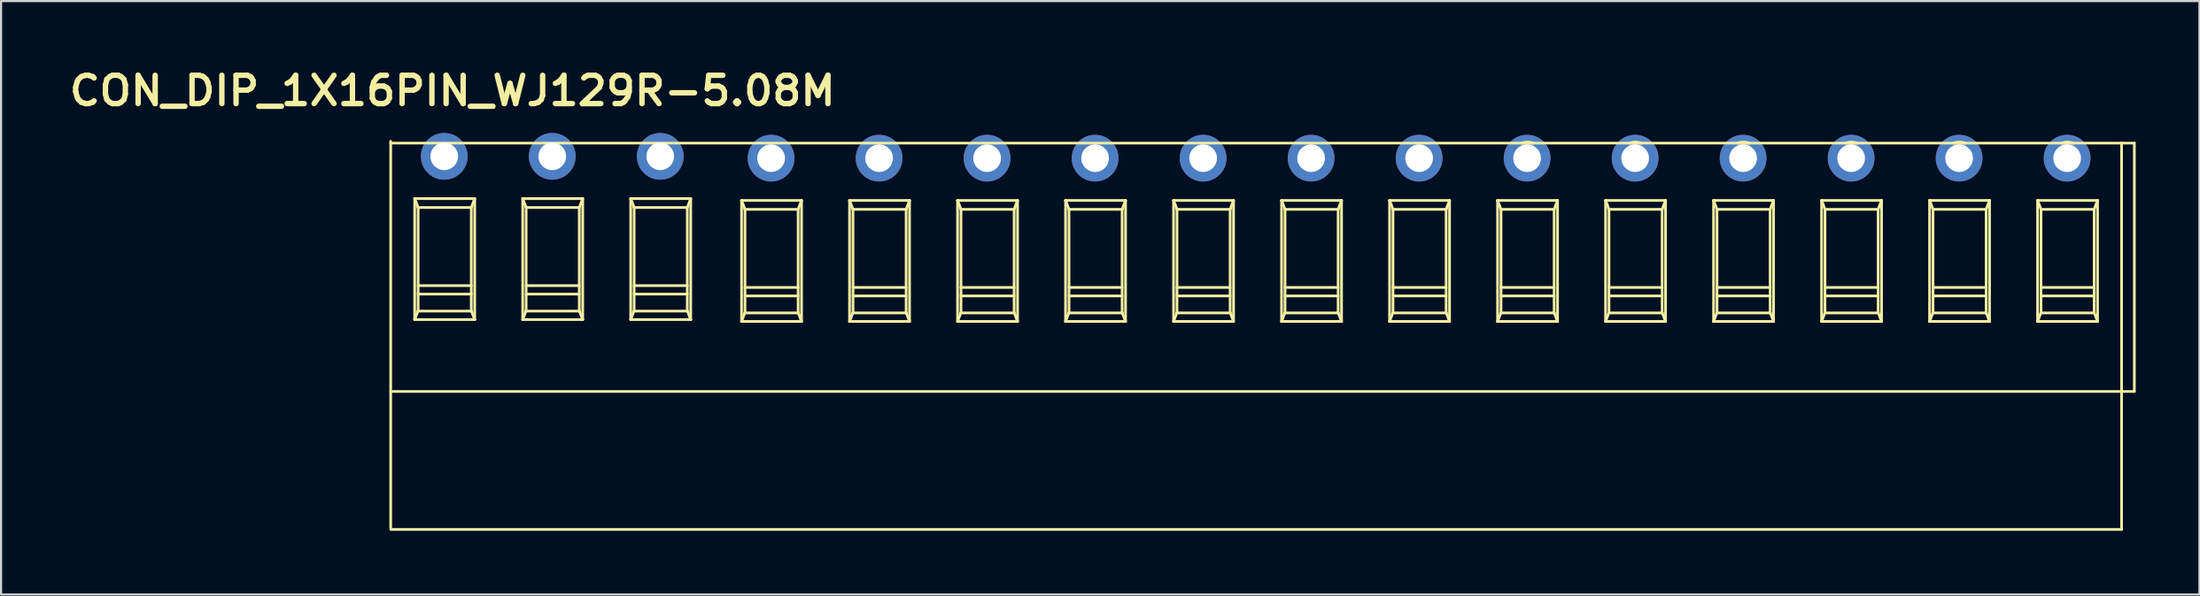
<source format=kicad_pcb>
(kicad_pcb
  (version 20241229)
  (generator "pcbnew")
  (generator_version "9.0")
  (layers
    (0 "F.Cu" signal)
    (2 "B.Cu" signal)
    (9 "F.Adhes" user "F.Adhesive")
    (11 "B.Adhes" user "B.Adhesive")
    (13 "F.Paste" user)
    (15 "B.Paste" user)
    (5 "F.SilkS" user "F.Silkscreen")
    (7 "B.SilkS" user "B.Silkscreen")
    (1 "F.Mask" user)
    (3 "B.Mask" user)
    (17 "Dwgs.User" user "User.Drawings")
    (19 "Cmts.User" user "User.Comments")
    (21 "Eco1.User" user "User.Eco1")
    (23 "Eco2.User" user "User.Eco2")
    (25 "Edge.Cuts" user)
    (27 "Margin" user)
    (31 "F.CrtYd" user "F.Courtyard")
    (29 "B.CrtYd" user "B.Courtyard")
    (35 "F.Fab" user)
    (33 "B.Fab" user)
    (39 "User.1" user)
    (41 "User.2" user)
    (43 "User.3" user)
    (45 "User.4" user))
  (footprint "CON_DIP_1X16PIN_WJ129R-5.08M"
    (layer "F.Cu")
    (at 53.794 15.45)
    (property "Reference" "CON_DIP_1X16PIN_WJ129R-5.08M" (at -35.56 -14.224 0) (unlocked yes) (layer "F.SilkS") (effects (font (size 1.333 1.402) (thickness 0.254))))
    (attr smd)
    (fp_line (start -38.467 -11.758) (end 43.547 -11.758) (stroke (width 0.127) (type solid)) (layer "F.SilkS"))
    (fp_line (start -38.467 -0.058) (end 43.547 -0.058) (stroke (width 0.127) (type solid)) (layer "F.SilkS"))
    (fp_line (start -38.467 6.356) (end -38.467 -11.844) (stroke (width 0.127) (type solid)) (layer "F.SilkS"))
    (fp_line (start -38.467 6.442) (end 42.947 6.442) (stroke (width 0.127) (type solid)) (layer "F.SilkS"))
    (fp_line (start -37.338 -9.144) (end -37.177 -8.724) (stroke (width 0.127) (type solid)) (layer "F.SilkS"))
    (fp_line (start -37.338 -9.144) (end -34.516 -9.144) (stroke (width 0.127) (type solid)) (layer "F.SilkS"))
    (fp_line (start -37.338 -3.444) (end -37.338 -9.144) (stroke (width 0.127) (type solid)) (layer "F.SilkS"))
    (fp_line (start -37.338 -3.444) (end -37.185 -3.844) (stroke (width 0.127) (type solid)) (layer "F.SilkS"))
    (fp_line (start -37.338 -3.444) (end -34.516 -3.444) (stroke (width 0.127) (type solid)) (layer "F.SilkS"))
    (fp_line (start -37.185 -3.844) (end -34.67 -3.844) (stroke (width 0.127) (type solid)) (layer "F.SilkS"))
    (fp_line (start -37.177 -8.724) (end -34.677 -8.724) (stroke (width 0.127) (type solid)) (layer "F.SilkS"))
    (fp_line (start -37.177 -5.044) (end -34.677 -5.044) (stroke (width 0.127) (type solid)) (layer "F.SilkS"))
    (fp_line (start -37.177 -4.644) (end -34.677 -4.644) (stroke (width 0.127) (type solid)) (layer "F.SilkS"))
    (fp_line (start -37.177 -3.844) (end -37.177 -8.724) (stroke (width 0.127) (type solid)) (layer "F.SilkS"))
    (fp_line (start -34.677 -8.724) (end -34.516 -9.144) (stroke (width 0.127) (type solid)) (layer "F.SilkS"))
    (fp_line (start -34.677 -3.844) (end -34.677 -8.724) (stroke (width 0.127) (type solid)) (layer "F.SilkS"))
    (fp_line (start -34.67 -3.844) (end -34.516 -3.444) (stroke (width 0.127) (type solid)) (layer "F.SilkS"))
    (fp_line (start -34.516 -3.444) (end -34.516 -9.144) (stroke (width 0.127) (type solid)) (layer "F.SilkS"))
    (fp_line (start -32.258 -9.144) (end -32.097 -8.724) (stroke (width 0.127) (type solid)) (layer "F.SilkS"))
    (fp_line (start -32.258 -9.144) (end -29.436 -9.144) (stroke (width 0.127) (type solid)) (layer "F.SilkS"))
    (fp_line (start -32.258 -3.444) (end -32.258 -9.144) (stroke (width 0.127) (type solid)) (layer "F.SilkS"))
    (fp_line (start -32.258 -3.444) (end -32.105 -3.844) (stroke (width 0.127) (type solid)) (layer "F.SilkS"))
    (fp_line (start -32.258 -3.444) (end -29.436 -3.444) (stroke (width 0.127) (type solid)) (layer "F.SilkS"))
    (fp_line (start -32.105 -3.844) (end -29.59 -3.844) (stroke (width 0.127) (type solid)) (layer "F.SilkS"))
    (fp_line (start -32.097 -8.724) (end -29.597 -8.724) (stroke (width 0.127) (type solid)) (layer "F.SilkS"))
    (fp_line (start -32.097 -5.044) (end -29.597 -5.044) (stroke (width 0.127) (type solid)) (layer "F.SilkS"))
    (fp_line (start -32.097 -4.644) (end -29.597 -4.644) (stroke (width 0.127) (type solid)) (layer "F.SilkS"))
    (fp_line (start -32.097 -3.844) (end -32.097 -8.724) (stroke (width 0.127) (type solid)) (layer "F.SilkS"))
    (fp_line (start -29.597 -8.724) (end -29.436 -9.144) (stroke (width 0.127) (type solid)) (layer "F.SilkS"))
    (fp_line (start -29.597 -3.844) (end -29.597 -8.724) (stroke (width 0.127) (type solid)) (layer "F.SilkS"))
    (fp_line (start -29.59 -3.844) (end -29.436 -3.444) (stroke (width 0.127) (type solid)) (layer "F.SilkS"))
    (fp_line (start -29.436 -3.444) (end -29.436 -9.144) (stroke (width 0.127) (type solid)) (layer "F.SilkS"))
    (fp_line (start -27.178 -9.144) (end -27.017 -8.724) (stroke (width 0.127) (type solid)) (layer "F.SilkS"))
    (fp_line (start -27.178 -9.144) (end -24.356 -9.144) (stroke (width 0.127) (type solid)) (layer "F.SilkS"))
    (fp_line (start -27.178 -3.444) (end -27.178 -9.144) (stroke (width 0.127) (type solid)) (layer "F.SilkS"))
    (fp_line (start -27.178 -3.444) (end -27.025 -3.844) (stroke (width 0.127) (type solid)) (layer "F.SilkS"))
    (fp_line (start -27.178 -3.444) (end -24.356 -3.444) (stroke (width 0.127) (type solid)) (layer "F.SilkS"))
    (fp_line (start -27.025 -3.844) (end -24.51 -3.844) (stroke (width 0.127) (type solid)) (layer "F.SilkS"))
    (fp_line (start -27.017 -8.724) (end -24.517 -8.724) (stroke (width 0.127) (type solid)) (layer "F.SilkS"))
    (fp_line (start -27.017 -5.044) (end -24.517 -5.044) (stroke (width 0.127) (type solid)) (layer "F.SilkS"))
    (fp_line (start -27.017 -4.644) (end -24.517 -4.644) (stroke (width 0.127) (type solid)) (layer "F.SilkS"))
    (fp_line (start -27.017 -3.844) (end -27.017 -8.724) (stroke (width 0.127) (type solid)) (layer "F.SilkS"))
    (fp_line (start -24.517 -8.724) (end -24.356 -9.144) (stroke (width 0.127) (type solid)) (layer "F.SilkS"))
    (fp_line (start -24.517 -3.844) (end -24.517 -8.724) (stroke (width 0.127) (type solid)) (layer "F.SilkS"))
    (fp_line (start -24.51 -3.844) (end -24.356 -3.444) (stroke (width 0.127) (type solid)) (layer "F.SilkS"))
    (fp_line (start -24.356 -3.444) (end -24.356 -9.144) (stroke (width 0.127) (type solid)) (layer "F.SilkS"))
    (fp_line (start -21.964 -9.058) (end -21.803 -8.638) (stroke (width 0.127) (type solid)) (layer "F.SilkS"))
    (fp_line (start -21.964 -9.058) (end -19.143 -9.058) (stroke (width 0.127) (type solid)) (layer "F.SilkS"))
    (fp_line (start -21.964 -3.358) (end -21.964 -9.058) (stroke (width 0.127) (type solid)) (layer "F.SilkS"))
    (fp_line (start -21.964 -3.358) (end -21.811 -3.758) (stroke (width 0.127) (type solid)) (layer "F.SilkS"))
    (fp_line (start -21.964 -3.358) (end -19.143 -3.358) (stroke (width 0.127) (type solid)) (layer "F.SilkS"))
    (fp_line (start -21.811 -3.758) (end -19.296 -3.758) (stroke (width 0.127) (type solid)) (layer "F.SilkS"))
    (fp_line (start -21.803 -8.638) (end -19.303 -8.638) (stroke (width 0.127) (type solid)) (layer "F.SilkS"))
    (fp_line (start -21.803 -4.958) (end -19.303 -4.958) (stroke (width 0.127) (type solid)) (layer "F.SilkS"))
    (fp_line (start -21.803 -4.558) (end -19.303 -4.558) (stroke (width 0.127) (type solid)) (layer "F.SilkS"))
    (fp_line (start -21.803 -3.758) (end -21.803 -8.638) (stroke (width 0.127) (type solid)) (layer "F.SilkS"))
    (fp_line (start -19.303 -8.638) (end -19.143 -9.058) (stroke (width 0.127) (type solid)) (layer "F.SilkS"))
    (fp_line (start -19.303 -3.758) (end -19.303 -8.638) (stroke (width 0.127) (type solid)) (layer "F.SilkS"))
    (fp_line (start -19.296 -3.758) (end -19.143 -3.358) (stroke (width 0.127) (type solid)) (layer "F.SilkS"))
    (fp_line (start -19.143 -3.358) (end -19.143 -9.058) (stroke (width 0.127) (type solid)) (layer "F.SilkS"))
    (fp_line (start -16.884 -9.058) (end -16.723 -8.638) (stroke (width 0.127) (type solid)) (layer "F.SilkS"))
    (fp_line (start -16.884 -9.058) (end -14.063 -9.058) (stroke (width 0.127) (type solid)) (layer "F.SilkS"))
    (fp_line (start -16.884 -3.358) (end -16.884 -9.058) (stroke (width 0.127) (type solid)) (layer "F.SilkS"))
    (fp_line (start -16.884 -3.358) (end -16.731 -3.758) (stroke (width 0.127) (type solid)) (layer "F.SilkS"))
    (fp_line (start -16.884 -3.358) (end -14.063 -3.358) (stroke (width 0.127) (type solid)) (layer "F.SilkS"))
    (fp_line (start -16.731 -3.758) (end -14.216 -3.758) (stroke (width 0.127) (type solid)) (layer "F.SilkS"))
    (fp_line (start -16.723 -8.638) (end -14.223 -8.638) (stroke (width 0.127) (type solid)) (layer "F.SilkS"))
    (fp_line (start -16.723 -4.958) (end -14.223 -4.958) (stroke (width 0.127) (type solid)) (layer "F.SilkS"))
    (fp_line (start -16.723 -4.558) (end -14.223 -4.558) (stroke (width 0.127) (type solid)) (layer "F.SilkS"))
    (fp_line (start -16.723 -3.758) (end -16.723 -8.638) (stroke (width 0.127) (type solid)) (layer "F.SilkS"))
    (fp_line (start -14.223 -8.638) (end -14.063 -9.058) (stroke (width 0.127) (type solid)) (layer "F.SilkS"))
    (fp_line (start -14.223 -3.758) (end -14.223 -8.638) (stroke (width 0.127) (type solid)) (layer "F.SilkS"))
    (fp_line (start -14.216 -3.758) (end -14.063 -3.358) (stroke (width 0.127) (type solid)) (layer "F.SilkS"))
    (fp_line (start -14.063 -3.358) (end -14.063 -9.058) (stroke (width 0.127) (type solid)) (layer "F.SilkS"))
    (fp_line (start -11.804 -9.058) (end -11.643 -8.638) (stroke (width 0.127) (type solid)) (layer "F.SilkS"))
    (fp_line (start -11.804 -9.058) (end -8.983 -9.058) (stroke (width 0.127) (type solid)) (layer "F.SilkS"))
    (fp_line (start -11.804 -3.358) (end -11.804 -9.058) (stroke (width 0.127) (type solid)) (layer "F.SilkS"))
    (fp_line (start -11.804 -3.358) (end -11.651 -3.758) (stroke (width 0.127) (type solid)) (layer "F.SilkS"))
    (fp_line (start -11.804 -3.358) (end -8.983 -3.358) (stroke (width 0.127) (type solid)) (layer "F.SilkS"))
    (fp_line (start -11.651 -3.758) (end -9.136 -3.758) (stroke (width 0.127) (type solid)) (layer "F.SilkS"))
    (fp_line (start -11.643 -8.638) (end -9.143 -8.638) (stroke (width 0.127) (type solid)) (layer "F.SilkS"))
    (fp_line (start -11.643 -4.958) (end -9.143 -4.958) (stroke (width 0.127) (type solid)) (layer "F.SilkS"))
    (fp_line (start -11.643 -4.558) (end -9.143 -4.558) (stroke (width 0.127) (type solid)) (layer "F.SilkS"))
    (fp_line (start -11.643 -3.758) (end -11.643 -8.638) (stroke (width 0.127) (type solid)) (layer "F.SilkS"))
    (fp_line (start -9.143 -8.638) (end -8.983 -9.058) (stroke (width 0.127) (type solid)) (layer "F.SilkS"))
    (fp_line (start -9.143 -3.758) (end -9.143 -8.638) (stroke (width 0.127) (type solid)) (layer "F.SilkS"))
    (fp_line (start -9.136 -3.758) (end -8.983 -3.358) (stroke (width 0.127) (type solid)) (layer "F.SilkS"))
    (fp_line (start -8.983 -3.358) (end -8.983 -9.058) (stroke (width 0.127) (type solid)) (layer "F.SilkS"))
    (fp_line (start -6.724 -9.058) (end -6.563 -8.638) (stroke (width 0.127) (type solid)) (layer "F.SilkS"))
    (fp_line (start -6.724 -9.058) (end -3.903 -9.058) (stroke (width 0.127) (type solid)) (layer "F.SilkS"))
    (fp_line (start -6.724 -3.358) (end -6.724 -9.058) (stroke (width 0.127) (type solid)) (layer "F.SilkS"))
    (fp_line (start -6.724 -3.358) (end -6.571 -3.758) (stroke (width 0.127) (type solid)) (layer "F.SilkS"))
    (fp_line (start -6.724 -3.358) (end -3.903 -3.358) (stroke (width 0.127) (type solid)) (layer "F.SilkS"))
    (fp_line (start -6.571 -3.758) (end -4.056 -3.758) (stroke (width 0.127) (type solid)) (layer "F.SilkS"))
    (fp_line (start -6.563 -8.638) (end -4.063 -8.638) (stroke (width 0.127) (type solid)) (layer "F.SilkS"))
    (fp_line (start -6.563 -4.958) (end -4.063 -4.958) (stroke (width 0.127) (type solid)) (layer "F.SilkS"))
    (fp_line (start -6.563 -4.558) (end -4.063 -4.558) (stroke (width 0.127) (type solid)) (layer "F.SilkS"))
    (fp_line (start -6.563 -3.758) (end -6.563 -8.638) (stroke (width 0.127) (type solid)) (layer "F.SilkS"))
    (fp_line (start -4.063 -8.638) (end -3.903 -9.058) (stroke (width 0.127) (type solid)) (layer "F.SilkS"))
    (fp_line (start -4.063 -3.758) (end -4.063 -8.638) (stroke (width 0.127) (type solid)) (layer "F.SilkS"))
    (fp_line (start -4.056 -3.758) (end -3.903 -3.358) (stroke (width 0.127) (type solid)) (layer "F.SilkS"))
    (fp_line (start -3.903 -3.358) (end -3.903 -9.058) (stroke (width 0.127) (type solid)) (layer "F.SilkS"))
    (fp_line (start -1.644 -9.058) (end -1.483 -8.638) (stroke (width 0.127) (type solid)) (layer "F.SilkS"))
    (fp_line (start -1.644 -9.058) (end 1.177 -9.058) (stroke (width 0.127) (type solid)) (layer "F.SilkS"))
    (fp_line (start -1.644 -3.358) (end -1.644 -9.058) (stroke (width 0.127) (type solid)) (layer "F.SilkS"))
    (fp_line (start -1.644 -3.358) (end -1.491 -3.758) (stroke (width 0.127) (type solid)) (layer "F.SilkS"))
    (fp_line (start -1.644 -3.358) (end 1.177 -3.358) (stroke (width 0.127) (type solid)) (layer "F.SilkS"))
    (fp_line (start -1.491 -3.758) (end 1.024 -3.758) (stroke (width 0.127) (type solid)) (layer "F.SilkS"))
    (fp_line (start -1.483 -8.638) (end 1.017 -8.638) (stroke (width 0.127) (type solid)) (layer "F.SilkS"))
    (fp_line (start -1.483 -4.958) (end 1.017 -4.958) (stroke (width 0.127) (type solid)) (layer "F.SilkS"))
    (fp_line (start -1.483 -4.558) (end 1.017 -4.558) (stroke (width 0.127) (type solid)) (layer "F.SilkS"))
    (fp_line (start -1.483 -3.758) (end -1.483 -8.638) (stroke (width 0.127) (type solid)) (layer "F.SilkS"))
    (fp_line (start 1.017 -8.638) (end 1.177 -9.058) (stroke (width 0.127) (type solid)) (layer "F.SilkS"))
    (fp_line (start 1.017 -3.758) (end 1.017 -8.638) (stroke (width 0.127) (type solid)) (layer "F.SilkS"))
    (fp_line (start 1.024 -3.758) (end 1.177 -3.358) (stroke (width 0.127) (type solid)) (layer "F.SilkS"))
    (fp_line (start 1.177 -3.358) (end 1.177 -9.058) (stroke (width 0.127) (type solid)) (layer "F.SilkS"))
    (fp_line (start 3.436 -9.058) (end 3.597 -8.638) (stroke (width 0.127) (type solid)) (layer "F.SilkS"))
    (fp_line (start 3.436 -9.058) (end 6.257 -9.058) (stroke (width 0.127) (type solid)) (layer "F.SilkS"))
    (fp_line (start 3.436 -3.358) (end 3.436 -9.058) (stroke (width 0.127) (type solid)) (layer "F.SilkS"))
    (fp_line (start 3.436 -3.358) (end 3.589 -3.758) (stroke (width 0.127) (type solid)) (layer "F.SilkS"))
    (fp_line (start 3.436 -3.358) (end 6.257 -3.358) (stroke (width 0.127) (type solid)) (layer "F.SilkS"))
    (fp_line (start 3.589 -3.758) (end 6.104 -3.758) (stroke (width 0.127) (type solid)) (layer "F.SilkS"))
    (fp_line (start 3.597 -8.638) (end 6.097 -8.638) (stroke (width 0.127) (type solid)) (layer "F.SilkS"))
    (fp_line (start 3.597 -4.958) (end 6.097 -4.958) (stroke (width 0.127) (type solid)) (layer "F.SilkS"))
    (fp_line (start 3.597 -4.558) (end 6.097 -4.558) (stroke (width 0.127) (type solid)) (layer "F.SilkS"))
    (fp_line (start 3.597 -3.758) (end 3.597 -8.638) (stroke (width 0.127) (type solid)) (layer "F.SilkS"))
    (fp_line (start 6.097 -8.638) (end 6.257 -9.058) (stroke (width 0.127) (type solid)) (layer "F.SilkS"))
    (fp_line (start 6.097 -3.758) (end 6.097 -8.638) (stroke (width 0.127) (type solid)) (layer "F.SilkS"))
    (fp_line (start 6.104 -3.758) (end 6.257 -3.358) (stroke (width 0.127) (type solid)) (layer "F.SilkS"))
    (fp_line (start 6.257 -3.358) (end 6.257 -9.058) (stroke (width 0.127) (type solid)) (layer "F.SilkS"))
    (fp_line (start 8.516 -9.058) (end 8.677 -8.638) (stroke (width 0.127) (type solid)) (layer "F.SilkS"))
    (fp_line (start 8.516 -9.058) (end 11.337 -9.058) (stroke (width 0.127) (type solid)) (layer "F.SilkS"))
    (fp_line (start 8.516 -3.358) (end 8.516 -9.058) (stroke (width 0.127) (type solid)) (layer "F.SilkS"))
    (fp_line (start 8.516 -3.358) (end 8.669 -3.758) (stroke (width 0.127) (type solid)) (layer "F.SilkS"))
    (fp_line (start 8.516 -3.358) (end 11.337 -3.358) (stroke (width 0.127) (type solid)) (layer "F.SilkS"))
    (fp_line (start 8.669 -3.758) (end 11.184 -3.758) (stroke (width 0.127) (type solid)) (layer "F.SilkS"))
    (fp_line (start 8.677 -8.638) (end 11.177 -8.638) (stroke (width 0.127) (type solid)) (layer "F.SilkS"))
    (fp_line (start 8.677 -4.958) (end 11.177 -4.958) (stroke (width 0.127) (type solid)) (layer "F.SilkS"))
    (fp_line (start 8.677 -4.558) (end 11.177 -4.558) (stroke (width 0.127) (type solid)) (layer "F.SilkS"))
    (fp_line (start 8.677 -3.758) (end 8.677 -8.638) (stroke (width 0.127) (type solid)) (layer "F.SilkS"))
    (fp_line (start 11.177 -8.638) (end 11.337 -9.058) (stroke (width 0.127) (type solid)) (layer "F.SilkS"))
    (fp_line (start 11.177 -3.758) (end 11.177 -8.638) (stroke (width 0.127) (type solid)) (layer "F.SilkS"))
    (fp_line (start 11.184 -3.758) (end 11.337 -3.358) (stroke (width 0.127) (type solid)) (layer "F.SilkS"))
    (fp_line (start 11.337 -3.358) (end 11.337 -9.058) (stroke (width 0.127) (type solid)) (layer "F.SilkS"))
    (fp_line (start 13.596 -9.058) (end 13.757 -8.638) (stroke (width 0.127) (type solid)) (layer "F.SilkS"))
    (fp_line (start 13.596 -9.058) (end 16.417 -9.058) (stroke (width 0.127) (type solid)) (layer "F.SilkS"))
    (fp_line (start 13.596 -3.358) (end 13.596 -9.058) (stroke (width 0.127) (type solid)) (layer "F.SilkS"))
    (fp_line (start 13.596 -3.358) (end 13.749 -3.758) (stroke (width 0.127) (type solid)) (layer "F.SilkS"))
    (fp_line (start 13.596 -3.358) (end 16.417 -3.358) (stroke (width 0.127) (type solid)) (layer "F.SilkS"))
    (fp_line (start 13.749 -3.758) (end 16.264 -3.758) (stroke (width 0.127) (type solid)) (layer "F.SilkS"))
    (fp_line (start 13.757 -8.638) (end 16.257 -8.638) (stroke (width 0.127) (type solid)) (layer "F.SilkS"))
    (fp_line (start 13.757 -4.958) (end 16.257 -4.958) (stroke (width 0.127) (type solid)) (layer "F.SilkS"))
    (fp_line (start 13.757 -4.558) (end 16.257 -4.558) (stroke (width 0.127) (type solid)) (layer "F.SilkS"))
    (fp_line (start 13.757 -3.758) (end 13.757 -8.638) (stroke (width 0.127) (type solid)) (layer "F.SilkS"))
    (fp_line (start 14.74 -11.758) (end 15.273 -11.758) (stroke (width 0.127) (type solid)) (layer "F.SilkS"))
    (fp_line (start 16.257 -8.638) (end 16.417 -9.058) (stroke (width 0.127) (type solid)) (layer "F.SilkS"))
    (fp_line (start 16.257 -3.758) (end 16.257 -8.638) (stroke (width 0.127) (type solid)) (layer "F.SilkS"))
    (fp_line (start 16.264 -3.758) (end 16.417 -3.358) (stroke (width 0.127) (type solid)) (layer "F.SilkS"))
    (fp_line (start 16.417 -3.358) (end 16.417 -9.058) (stroke (width 0.127) (type solid)) (layer "F.SilkS"))
    (fp_line (start 18.676 -9.058) (end 18.837 -8.638) (stroke (width 0.127) (type solid)) (layer "F.SilkS"))
    (fp_line (start 18.676 -9.058) (end 21.497 -9.058) (stroke (width 0.127) (type solid)) (layer "F.SilkS"))
    (fp_line (start 18.676 -3.358) (end 18.676 -9.058) (stroke (width 0.127) (type solid)) (layer "F.SilkS"))
    (fp_line (start 18.676 -3.358) (end 18.829 -3.758) (stroke (width 0.127) (type solid)) (layer "F.SilkS"))
    (fp_line (start 18.676 -3.358) (end 21.497 -3.358) (stroke (width 0.127) (type solid)) (layer "F.SilkS"))
    (fp_line (start 18.829 -3.758) (end 21.344 -3.758) (stroke (width 0.127) (type solid)) (layer "F.SilkS"))
    (fp_line (start 18.837 -8.638) (end 21.337 -8.638) (stroke (width 0.127) (type solid)) (layer "F.SilkS"))
    (fp_line (start 18.837 -4.958) (end 21.337 -4.958) (stroke (width 0.127) (type solid)) (layer "F.SilkS"))
    (fp_line (start 18.837 -4.558) (end 21.337 -4.558) (stroke (width 0.127) (type solid)) (layer "F.SilkS"))
    (fp_line (start 18.837 -3.758) (end 18.837 -8.638) (stroke (width 0.127) (type solid)) (layer "F.SilkS"))
    (fp_line (start 19.82 -11.758) (end 20.353 -11.758) (stroke (width 0.127) (type solid)) (layer "F.SilkS"))
    (fp_line (start 21.337 -8.638) (end 21.497 -9.058) (stroke (width 0.127) (type solid)) (layer "F.SilkS"))
    (fp_line (start 21.337 -3.758) (end 21.337 -8.638) (stroke (width 0.127) (type solid)) (layer "F.SilkS"))
    (fp_line (start 21.344 -3.758) (end 21.497 -3.358) (stroke (width 0.127) (type solid)) (layer "F.SilkS"))
    (fp_line (start 21.497 -3.358) (end 21.497 -9.058) (stroke (width 0.127) (type solid)) (layer "F.SilkS"))
    (fp_line (start 23.756 -9.058) (end 23.917 -8.638) (stroke (width 0.127) (type solid)) (layer "F.SilkS"))
    (fp_line (start 23.756 -9.058) (end 26.577 -9.058) (stroke (width 0.127) (type solid)) (layer "F.SilkS"))
    (fp_line (start 23.756 -3.358) (end 23.756 -9.058) (stroke (width 0.127) (type solid)) (layer "F.SilkS"))
    (fp_line (start 23.756 -3.358) (end 23.909 -3.758) (stroke (width 0.127) (type solid)) (layer "F.SilkS"))
    (fp_line (start 23.756 -3.358) (end 26.577 -3.358) (stroke (width 0.127) (type solid)) (layer "F.SilkS"))
    (fp_line (start 23.909 -3.758) (end 26.424 -3.758) (stroke (width 0.127) (type solid)) (layer "F.SilkS"))
    (fp_line (start 23.917 -8.638) (end 26.417 -8.638) (stroke (width 0.127) (type solid)) (layer "F.SilkS"))
    (fp_line (start 23.917 -4.958) (end 26.417 -4.958) (stroke (width 0.127) (type solid)) (layer "F.SilkS"))
    (fp_line (start 23.917 -4.558) (end 26.417 -4.558) (stroke (width 0.127) (type solid)) (layer "F.SilkS"))
    (fp_line (start 23.917 -3.758) (end 23.917 -8.638) (stroke (width 0.127) (type solid)) (layer "F.SilkS"))
    (fp_line (start 24.9 -11.758) (end 25.433 -11.758) (stroke (width 0.127) (type solid)) (layer "F.SilkS"))
    (fp_line (start 26.417 -8.638) (end 26.577 -9.058) (stroke (width 0.127) (type solid)) (layer "F.SilkS"))
    (fp_line (start 26.417 -3.758) (end 26.417 -8.638) (stroke (width 0.127) (type solid)) (layer "F.SilkS"))
    (fp_line (start 26.424 -3.758) (end 26.577 -3.358) (stroke (width 0.127) (type solid)) (layer "F.SilkS"))
    (fp_line (start 26.577 -3.358) (end 26.577 -9.058) (stroke (width 0.127) (type solid)) (layer "F.SilkS"))
    (fp_line (start 28.836 -9.058) (end 28.997 -8.638) (stroke (width 0.127) (type solid)) (layer "F.SilkS"))
    (fp_line (start 28.836 -9.058) (end 31.657 -9.058) (stroke (width 0.127) (type solid)) (layer "F.SilkS"))
    (fp_line (start 28.836 -3.358) (end 28.836 -9.058) (stroke (width 0.127) (type solid)) (layer "F.SilkS"))
    (fp_line (start 28.836 -3.358) (end 28.989 -3.758) (stroke (width 0.127) (type solid)) (layer "F.SilkS"))
    (fp_line (start 28.836 -3.358) (end 31.657 -3.358) (stroke (width 0.127) (type solid)) (layer "F.SilkS"))
    (fp_line (start 28.989 -3.758) (end 31.504 -3.758) (stroke (width 0.127) (type solid)) (layer "F.SilkS"))
    (fp_line (start 28.997 -8.638) (end 31.497 -8.638) (stroke (width 0.127) (type solid)) (layer "F.SilkS"))
    (fp_line (start 28.997 -4.958) (end 31.497 -4.958) (stroke (width 0.127) (type solid)) (layer "F.SilkS"))
    (fp_line (start 28.997 -4.558) (end 31.497 -4.558) (stroke (width 0.127) (type solid)) (layer "F.SilkS"))
    (fp_line (start 28.997 -3.758) (end 28.997 -8.638) (stroke (width 0.127) (type solid)) (layer "F.SilkS"))
    (fp_line (start 29.98 -11.758) (end 30.513 -11.758) (stroke (width 0.127) (type solid)) (layer "F.SilkS"))
    (fp_line (start 31.497 -8.638) (end 31.657 -9.058) (stroke (width 0.127) (type solid)) (layer "F.SilkS"))
    (fp_line (start 31.497 -3.758) (end 31.497 -8.638) (stroke (width 0.127) (type solid)) (layer "F.SilkS"))
    (fp_line (start 31.504 -3.758) (end 31.657 -3.358) (stroke (width 0.127) (type solid)) (layer "F.SilkS"))
    (fp_line (start 31.657 -3.358) (end 31.657 -9.058) (stroke (width 0.127) (type solid)) (layer "F.SilkS"))
    (fp_line (start 33.916 -9.058) (end 34.077 -8.638) (stroke (width 0.127) (type solid)) (layer "F.SilkS"))
    (fp_line (start 33.916 -9.058) (end 36.737 -9.058) (stroke (width 0.127) (type solid)) (layer "F.SilkS"))
    (fp_line (start 33.916 -3.358) (end 33.916 -9.058) (stroke (width 0.127) (type solid)) (layer "F.SilkS"))
    (fp_line (start 33.916 -3.358) (end 34.069 -3.758) (stroke (width 0.127) (type solid)) (layer "F.SilkS"))
    (fp_line (start 33.916 -3.358) (end 36.737 -3.358) (stroke (width 0.127) (type solid)) (layer "F.SilkS"))
    (fp_line (start 34.069 -3.758) (end 36.584 -3.758) (stroke (width 0.127) (type solid)) (layer "F.SilkS"))
    (fp_line (start 34.077 -8.638) (end 36.577 -8.638) (stroke (width 0.127) (type solid)) (layer "F.SilkS"))
    (fp_line (start 34.077 -4.958) (end 36.577 -4.958) (stroke (width 0.127) (type solid)) (layer "F.SilkS"))
    (fp_line (start 34.077 -4.558) (end 36.577 -4.558) (stroke (width 0.127) (type solid)) (layer "F.SilkS"))
    (fp_line (start 34.077 -3.758) (end 34.077 -8.638) (stroke (width 0.127) (type solid)) (layer "F.SilkS"))
    (fp_line (start 35.06 -11.758) (end 35.593 -11.758) (stroke (width 0.127) (type solid)) (layer "F.SilkS"))
    (fp_line (start 36.577 -8.638) (end 36.737 -9.058) (stroke (width 0.127) (type solid)) (layer "F.SilkS"))
    (fp_line (start 36.577 -3.758) (end 36.577 -8.638) (stroke (width 0.127) (type solid)) (layer "F.SilkS"))
    (fp_line (start 36.584 -3.758) (end 36.737 -3.358) (stroke (width 0.127) (type solid)) (layer "F.SilkS"))
    (fp_line (start 36.737 -3.358) (end 36.737 -9.058) (stroke (width 0.127) (type solid)) (layer "F.SilkS"))
    (fp_line (start 38.996 -9.058) (end 39.157 -8.638) (stroke (width 0.127) (type solid)) (layer "F.SilkS"))
    (fp_line (start 38.996 -9.058) (end 41.817 -9.058) (stroke (width 0.127) (type solid)) (layer "F.SilkS"))
    (fp_line (start 38.996 -3.358) (end 38.996 -9.058) (stroke (width 0.127) (type solid)) (layer "F.SilkS"))
    (fp_line (start 38.996 -3.358) (end 39.149 -3.758) (stroke (width 0.127) (type solid)) (layer "F.SilkS"))
    (fp_line (start 38.996 -3.358) (end 41.817 -3.358) (stroke (width 0.127) (type solid)) (layer "F.SilkS"))
    (fp_line (start 39.149 -3.758) (end 41.664 -3.758) (stroke (width 0.127) (type solid)) (layer "F.SilkS"))
    (fp_line (start 39.157 -8.638) (end 41.657 -8.638) (stroke (width 0.127) (type solid)) (layer "F.SilkS"))
    (fp_line (start 39.157 -4.958) (end 41.657 -4.958) (stroke (width 0.127) (type solid)) (layer "F.SilkS"))
    (fp_line (start 39.157 -4.558) (end 41.657 -4.558) (stroke (width 0.127) (type solid)) (layer "F.SilkS"))
    (fp_line (start 39.157 -3.758) (end 39.157 -8.638) (stroke (width 0.127) (type solid)) (layer "F.SilkS"))
    (fp_line (start 40.14 -11.758) (end 40.673 -11.758) (stroke (width 0.127) (type solid)) (layer "F.SilkS"))
    (fp_line (start 41.657 -8.638) (end 41.817 -9.058) (stroke (width 0.127) (type solid)) (layer "F.SilkS"))
    (fp_line (start 41.657 -3.758) (end 41.657 -8.638) (stroke (width 0.127) (type solid)) (layer "F.SilkS"))
    (fp_line (start 41.664 -3.758) (end 41.817 -3.358) (stroke (width 0.127) (type solid)) (layer "F.SilkS"))
    (fp_line (start 41.817 -3.358) (end 41.817 -9.058) (stroke (width 0.127) (type solid)) (layer "F.SilkS"))
    (fp_line (start 42.947 6.442) (end 42.947 -11.758) (stroke (width 0.127) (type solid)) (layer "F.SilkS"))
    (fp_line (start 43.547 -0.058) (end 43.547 -11.758) (stroke (width 0.127) (type solid)) (layer "F.SilkS"))
    (fp_arc (start 14.74032 -11.759309) (mid 15.00665 -11.80819) (end 15.27298 -11.759309) (stroke (width 0.127) (type solid)) (layer "F.SilkS"))
    (fp_arc (start 19.82032 -11.759309) (mid 20.08665 -11.80819) (end 20.35298 -11.759309) (stroke (width 0.127) (type solid)) (layer "F.SilkS"))
    (fp_arc (start 24.90032 -11.759309) (mid 25.16665 -11.80819) (end 25.43298 -11.759309) (stroke (width 0.127) (type solid)) (layer "F.SilkS"))
    (fp_arc (start 29.98032 -11.759309) (mid 30.24665 -11.80819) (end 30.51298 -11.759309) (stroke (width 0.127) (type solid)) (layer "F.SilkS"))
    (fp_arc (start 35.06033 -11.759309) (mid 35.32666 -11.80819) (end 35.59299 -11.759309) (stroke (width 0.127) (type solid)) (layer "F.SilkS"))
    (fp_arc (start 40.14033 -11.759309) (mid 40.40666 -11.80819) (end 40.67299 -11.759309) (stroke (width 0.127) (type solid)) (layer "F.SilkS"))
    (pad "1" thru_hole circle (at -35.948 -11.135) (size 2.2 2.2) (drill 1.3) (layers "*.Cu" "*.Mask"))
    (pad "2" thru_hole circle (at -30.868 -11.135) (size 2.2 2.2) (drill 1.3) (layers "*.Cu" "*.Mask"))
    (pad "3" thru_hole circle (at -25.788 -11.135) (size 2.2 2.2) (drill 1.3) (layers "*.Cu" "*.Mask"))
    (pad "4" thru_hole circle (at -20.574 -11.049) (size 2.2 2.2) (drill 1.3) (layers "*.Cu" "*.Mask"))
    (pad "5" thru_hole circle (at -15.494 -11.049) (size 2.2 2.2) (drill 1.3) (layers "*.Cu" "*.Mask"))
    (pad "6" thru_hole circle (at -10.414 -11.049) (size 2.2 2.2) (drill 1.3) (layers "*.Cu" "*.Mask"))
    (pad "7" thru_hole circle (at -5.334 -11.049) (size 2.2 2.2) (drill 1.3) (layers "*.Cu" "*.Mask"))
    (pad "8" thru_hole circle (at -0.254 -11.049) (size 2.2 2.2) (drill 1.3) (layers "*.Cu" "*.Mask"))
    (pad "9" thru_hole circle (at 4.826 -11.049) (size 2.2 2.2) (drill 1.3) (layers "*.Cu" "*.Mask"))
    (pad "10" thru_hole circle (at 9.906 -11.049) (size 2.2 2.2) (drill 1.3) (layers "*.Cu" "*.Mask"))
    (pad "11" thru_hole circle (at 14.986 -11.049) (size 2.2 2.2) (drill 1.3) (layers "*.Cu" "*.Mask"))
    (pad "12" thru_hole circle (at 20.066 -11.049) (size 2.2 2.2) (drill 1.3) (layers "*.Cu" "*.Mask"))
    (pad "13" thru_hole circle (at 25.146 -11.049) (size 2.2 2.2) (drill 1.3) (layers "*.Cu" "*.Mask"))
    (pad "14" thru_hole circle (at 30.226 -11.049) (size 2.2 2.2) (drill 1.3) (layers "*.Cu" "*.Mask"))
    (pad "15" thru_hole circle (at 35.306 -11.049) (size 2.2 2.2) (drill 1.3) (layers "*.Cu" "*.Mask"))
    (pad "16" thru_hole circle (at 40.386 -11.049) (size 2.2 2.2) (drill 1.3) (layers "*.Cu" "*.Mask")))
  (gr_rect
    (start -3 -3)
    (end 100.404 24.955)
    (stroke (width 0.1) (type default))
    (fill no)
    (layer "Edge.Cuts")))
</source>
